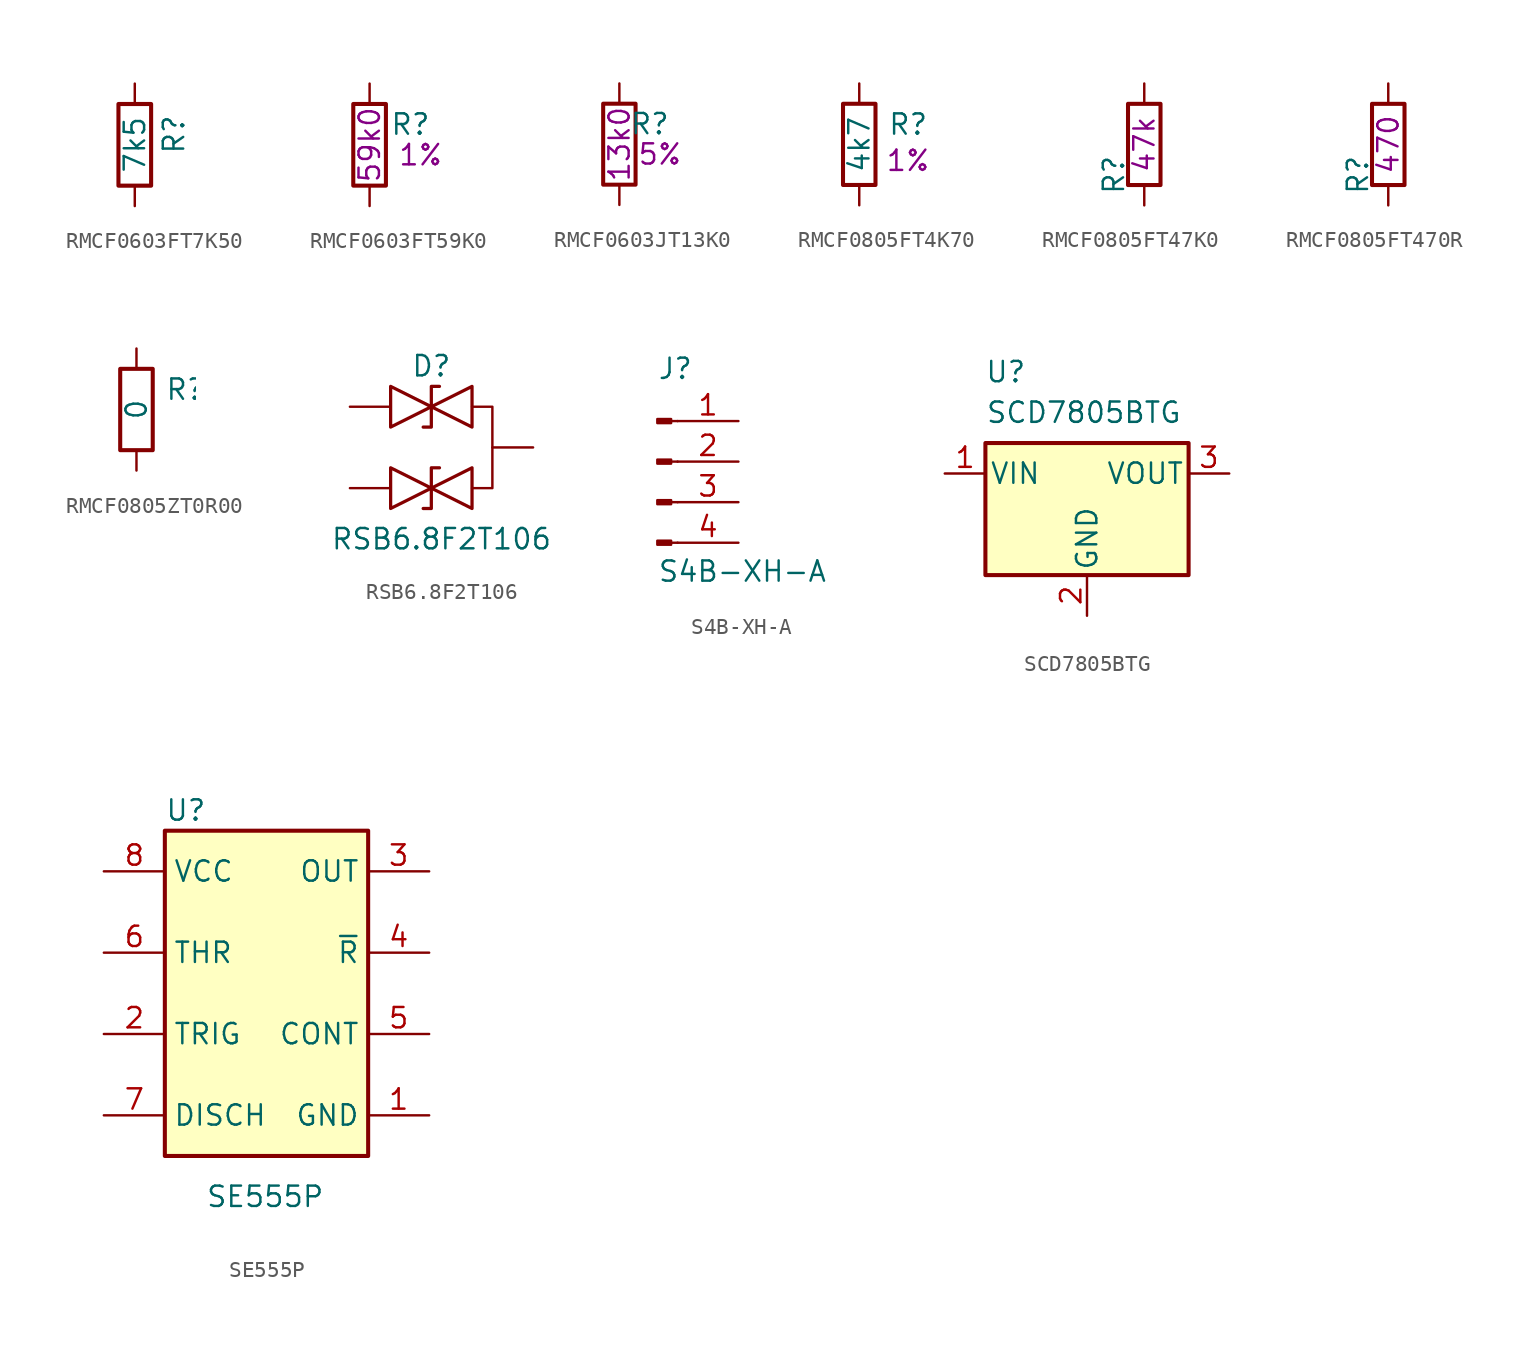
<source format=kicad_sym>
(kicad_symbol_lib
  (version 20210619)
  (generator kicad_symbol_editor)
  (symbol "custom:RMCF0603FT7K50"
    (pin_numbers hide)
    (pin_names
      (offset 0))
    (property "Reference" "R"
      (at 3.175 -0.635 90)
      (effects (font (size 1.27 1.27)) (justify left bottom)))
    (property "VALUE" "7k5"
      (at 0 0 90)
      (effects (font (size 1.27 1.27))))
    (symbol "RMCF0603FT7K50_0_1"
      (rectangle (start -1.016 -2.54) (end 1.016 2.54) (stroke (width 0.254)) (fill (type none))))
    (symbol "RMCF0603FT7K50_1_1"
      (pin passive line (at 0 3.81 270) (length 1.27) (name "~" (effects (font (size 1.27 1.27)))) (number "1" (effects (font (size 1.27 1.27)))))
      (pin passive line (at 0 -3.81 90) (length 1.27) (name "~" (effects (font (size 1.27 1.27)))) (number "2" (effects (font (size 1.27 1.27)))))))
  (symbol "custom:RMCF0603FT59K0"
    (pin_numbers hide)
    (pin_names
      (offset 0))
    (property "Reference" "R"
      (at 2.54 1.27 0)
      (effects (font (size 1.27 1.27))))
    (property "RESISTANCE" "59k0"
      (at 0 0 90)
      (effects (font (size 1.27 1.27))))
    (property "TOLERANCE" "1%"
      (at 3.175 -0.635 0)
      (effects (font (size 1.27 1.27))))
    (symbol "RMCF0603FT59K0_0_1"
      (rectangle (start -1.016 -2.54) (end 1.016 2.54) (stroke (width 0.254)) (fill (type none))))
    (symbol "RMCF0603FT59K0_1_1"
      (pin passive line (at 0 3.81 270) (length 1.27) (name "~" (effects (font (size 1.27 1.27)))) (number "1" (effects (font (size 1.27 1.27)))))
      (pin passive line (at 0 -3.81 90) (length 1.27) (name "~" (effects (font (size 1.27 1.27)))) (number "2" (effects (font (size 1.27 1.27)))))))
  (symbol "custom:RMCF0603JT13K0"
    (pin_numbers hide)
    (pin_names
      (offset 0))
    (property "Reference" "R"
      (at 1.905 1.27 0)
      (effects (font (size 1.27 1.27))))
    (property "RESISTANCE" "13k0"
      (at 0 0 90)
      (effects (font (size 1.27 1.27))))
    (property "TOLERANCE" "5%"
      (at 2.54 -0.635 0)
      (effects (font (size 1.27 1.27))))
    (symbol "RMCF0603JT13K0_0_1"
      (rectangle (start -1.016 -2.54) (end 1.016 2.54) (stroke (width 0.254)) (fill (type none))))
    (symbol "RMCF0603JT13K0_1_1"
      (pin passive line (at 0 3.81 270) (length 1.27) (name "~" (effects (font (size 1.27 1.27)))) (number "1" (effects (font (size 1.27 1.27)))))
      (pin passive line (at 0 -3.81 90) (length 1.27) (name "~" (effects (font (size 1.27 1.27)))) (number "2" (effects (font (size 1.27 1.27)))))))
  (symbol "custom:RMCF0805FT4K70"
    (pin_numbers hide)
    (pin_names
      (offset 0))
    (property "Reference" "R"
      (at 1.778 0.508 0)
      (effects (font (size 1.27 1.27)) (justify left bottom)))
    (property "VALUE" "4k7"
      (at 0 0 90)
      (effects (font (size 1.27 1.27))))
    (property "TOLERANCE" "1%"
      (at 3.048 -1.016 0)
      (effects (font (size 1.27 1.27))))
    (symbol "RMCF0805FT4K70_0_1"
      (rectangle (start -1.016 -2.54) (end 1.016 2.54) (stroke (width 0.254)) (fill (type none))))
    (symbol "RMCF0805FT4K70_1_1"
      (pin passive line (at 0 3.81 270) (length 1.27) (name "~" (effects (font (size 1.27 1.27)))) (number "1" (effects (font (size 1.27 1.27)))))
      (pin passive line (at 0 -3.81 90) (length 1.27) (name "~" (effects (font (size 1.27 1.27)))) (number "2" (effects (font (size 1.27 1.27)))))))
  (symbol "custom:RMCF0805FT47K0"
    (pin_numbers hide)
    (pin_names
      (offset 0))
    (property "Reference" "R"
      (at -1.905 -1.905 90)
      (effects (font (size 1.27 1.27))))
    (property "resistance" "47k"
      (at 0 0 90)
      (effects (font (size 1.27 1.27))))
    (symbol "RMCF0805FT47K0_0_1"
      (rectangle (start -1.016 -2.54) (end 1.016 2.54) (stroke (width 0.254)) (fill (type none))))
    (symbol "RMCF0805FT47K0_1_1"
      (pin passive line (at 0 3.81 270) (length 1.27) (name "~" (effects (font (size 1.27 1.27)))) (number "1" (effects (font (size 1.27 1.27)))))
      (pin passive line (at 0 -3.81 90) (length 1.27) (name "~" (effects (font (size 1.27 1.27)))) (number "2" (effects (font (size 1.27 1.27)))))))
  (symbol "custom:RMCF0805FT470R"
    (pin_numbers hide)
    (pin_names
      (offset 0))
    (property "Reference" "R"
      (at -1.905 -1.905 90)
      (effects (font (size 1.27 1.27))))
    (property "resistance" "470"
      (at 0 0 90)
      (effects (font (size 1.27 1.27))))
    (symbol "RMCF0805FT470R_0_1"
      (rectangle (start -1.016 -2.54) (end 1.016 2.54) (stroke (width 0.254)) (fill (type none))))
    (symbol "RMCF0805FT470R_1_1"
      (pin passive line (at 0 3.81 270) (length 1.27) (name "~" (effects (font (size 1.27 1.27)))) (number "1" (effects (font (size 1.27 1.27)))))
      (pin passive line (at 0 -3.81 90) (length 1.27) (name "~" (effects (font (size 1.27 1.27)))) (number "2" (effects (font (size 1.27 1.27)))))))
  (symbol "custom:RMCF0805ZT0R00"
    (pin_numbers hide)
    (pin_names
      (offset 0))
    (property "Reference" "R"
      (at 1.778 0.508 0)
      (effects (font (size 1.27 1.27)) (justify left bottom)))
    (property "VALUE" "0"
      (at 0 0 90)
      (effects (font (size 1.27 1.27))))
    (symbol "RMCF0805ZT0R00_0_1"
      (rectangle (start -1.016 -2.54) (end 1.016 2.54) (stroke (width 0.254)) (fill (type none))))
    (symbol "RMCF0805ZT0R00_1_1"
      (pin passive line (at 0 3.81 270) (length 1.27) (name "~" (effects (font (size 1.27 1.27)))) (number "1" (effects (font (size 1.27 1.27)))))
      (pin passive line (at 0 -3.81 90) (length 1.27) (name "~" (effects (font (size 1.27 1.27)))) (number "2" (effects (font (size 1.27 1.27)))))))
  (symbol "custom:RSB6.8F2T106"
    (pin_numbers hide)
    (pin_names
      (offset 1.016) hide)
    (property "Reference" "D"
      (at 0 5.08 0)
      (effects (font (size 1.27 1.27))))
    (property "Value" "RSB6.8F2T106"
      (at 0.635 -5.715 0)
      (effects (font (size 1.27 1.27))))
    (symbol "RSB6.8F2T106_0_1"
      (polyline (pts (xy -2.54 -3.81) (xy 0 -2.54) (xy -2.54 -1.27) (xy -2.54 -3.81)) (stroke (width 0.203)) (fill (type none)))
      (polyline (pts (xy -2.54 1.27) (xy 0 2.54) (xy -2.54 3.81) (xy -2.54 1.27)) (stroke (width 0.203)) (fill (type none)))
      (polyline (pts (xy 0.508 -1.27) (xy 0 -1.27) (xy 0 -3.81) (xy -0.508 -3.81)) (stroke (width 0.203)) (fill (type none)))
      (polyline (pts (xy 0.508 3.81) (xy 0 3.81) (xy 0 1.27) (xy -0.508 1.27)) (stroke (width 0.203)) (fill (type none)))
      (polyline (pts (xy 2.54 -1.27) (xy 2.54 -3.81) (xy 0 -2.54) (xy 2.54 -1.27)) (stroke (width 0.203)) (fill (type none)))
      (polyline (pts (xy 2.54 3.81) (xy 2.54 1.27) (xy 0 2.54) (xy 2.54 3.81)) (stroke (width 0.203)) (fill (type none)))
      (polyline (pts (xy 2.54 2.54) (xy 3.81 2.54) (xy 3.81 0.635) (xy 3.81 -2.54) (xy 2.54 -2.54)) (stroke (width 0)) (fill (type none))))
    (symbol "RSB6.8F2T106_1_1"
      (pin passive line (at -5.08 -2.54 0) (length 2.54) (name "1" (effects (font (size 1.27 1.27)))) (number "1" (effects (font (size 1.27 1.27)))))
      (pin passive line (at -5.08 2.54 0) (length 2.54) (name "2" (effects (font (size 1.27 1.27)))) (number "2" (effects (font (size 1.27 1.27)))))
      (pin passive line (at 6.35 0 180) (length 2.54) (name "3" (effects (font (size 1.27 1.27)))) (number "3" (effects (font (size 1.27 1.27)))))))
  (symbol "custom:S4B-XH-A"
    (pin_names
      (offset 1.016) hide)
    (property "Reference" "J"
      (at 0 5.08 0)
      (effects (font (size 1.27 1.27)) (justify left bottom)))
    (property "Value" "S4B-XH-A"
      (at 0 -7.62 0)
      (effects (font (size 1.27 1.27)) (justify left bottom)))
    (symbol "S4B-XH-A_1_1"
      (rectangle (start 0.864 -4.953) (end 0 -5.207) (stroke (width 0.152)) (fill (type outline)))
      (rectangle (start 0.864 -2.413) (end 0 -2.667) (stroke (width 0.152)) (fill (type outline)))
      (rectangle (start 0.864 0.127) (end 0 -0.127) (stroke (width 0.152)) (fill (type outline)))
      (rectangle (start 0.864 2.667) (end 0 2.413) (stroke (width 0.152)) (fill (type outline)))
      (polyline (pts (xy 1.27 -5.08) (xy 0.864 -5.08)) (stroke (width 0.152)) (fill (type none)))
      (polyline (pts (xy 1.27 -2.54) (xy 0.864 -2.54)) (stroke (width 0.152)) (fill (type none)))
      (polyline (pts (xy 1.27 0) (xy 0.864 0)) (stroke (width 0.152)) (fill (type none)))
      (polyline (pts (xy 1.27 2.54) (xy 0.864 2.54)) (stroke (width 0.152)) (fill (type none)))
      (pin passive line (at 5.08 2.54 180) (length 3.81) (name "Pin_1" (effects (font (size 1.27 1.27)))) (number "1" (effects (font (size 1.27 1.27)))))
      (pin passive line (at 5.08 0 180) (length 3.81) (name "Pin_2" (effects (font (size 1.27 1.27)))) (number "2" (effects (font (size 1.27 1.27)))))
      (pin passive line (at 5.08 -2.54 180) (length 3.81) (name "Pin_3" (effects (font (size 1.27 1.27)))) (number "3" (effects (font (size 1.27 1.27)))))
      (pin passive line (at 5.08 -5.08 180) (length 3.81) (name "Pin_4" (effects (font (size 1.27 1.27)))) (number "4" (effects (font (size 1.27 1.27)))))))
  (symbol "custom:SCD7805BTG"
    (pin_names
      (offset 0.254))
    (property "Reference" "U"
      (at -5.08 6.35 0)
      (effects (font (size 1.27 1.27))))
    (property "Value" "SCD7805BTG"
      (at -6.35 3.81 0)
      (effects (font (size 1.27 1.27)) (justify left)))
    (symbol "SCD7805BTG_0_1"
      (rectangle (start -6.35 1.905) (end 6.35 -6.35) (stroke (width 0.254)) (fill (type background))))
    (symbol "SCD7805BTG_1_1"
      (pin power_in line (at -8.89 0 0) (length 2.54) (name "VIN" (effects (font (size 1.27 1.27)))) (number "1" (effects (font (size 1.27 1.27)))))
      (pin power_in line (at 0 -8.89 90) (length 2.54) (name "GND" (effects (font (size 1.27 1.27)))) (number "2" (effects (font (size 1.27 1.27)))))
      (pin power_out line (at 8.89 0 180) (length 2.54) (name "VOUT" (effects (font (size 1.27 1.27)))) (number "3" (effects (font (size 1.27 1.27)))))))
  (symbol "custom:SE555P"
    (property "Reference" "U"
      (at -6.35 16.51 0)
      (effects (font (size 1.27 1.27)) (justify left)))
    (property "Value" "SE555P"
      (at -3.81 -7.62 0)
      (effects (font (size 1.27 1.27)) (justify left)))
    (symbol "SE555P_0_0"
      (pin power_in line (at 10.16 -2.54 180) (length 3.81) (name "GND" (effects (font (size 1.27 1.27)))) (number "1" (effects (font (size 1.27 1.27)))))
      (pin power_in line (at -10.16 12.7 0) (length 3.81) (name "VCC" (effects (font (size 1.27 1.27)))) (number "8" (effects (font (size 1.27 1.27))))))
    (symbol "SE555P_0_1"
      (rectangle (start -6.35 -5.08) (end 6.35 15.24) (stroke (width 0.254)) (fill (type background))))
    (symbol "SE555P_1_1"
      (pin input line (at -10.16 2.54 0) (length 3.81) (name "TRIG" (effects (font (size 1.27 1.27)))) (number "2" (effects (font (size 1.27 1.27)))))
      (pin output line (at 10.16 12.7 180) (length 3.81) (name "OUT" (effects (font (size 1.27 1.27)))) (number "3" (effects (font (size 1.27 1.27)))))
      (pin input line (at 10.16 7.62 180) (length 3.81) (name "~{R}" (effects (font (size 1.27 1.27)))) (number "4" (effects (font (size 1.27 1.27)))))
      (pin input line (at 10.16 2.54 180) (length 3.81) (name "CONT" (effects (font (size 1.27 1.27)))) (number "5" (effects (font (size 1.27 1.27)))))
      (pin input line (at -10.16 7.62 0) (length 3.81) (name "THR" (effects (font (size 1.27 1.27)))) (number "6" (effects (font (size 1.27 1.27)))))
      (pin input line (at -10.16 -2.54 0) (length 3.81) (name "DISCH" (effects (font (size 1.27 1.27)))) (number "7" (effects (font (size 1.27 1.27))))))))
</source>
